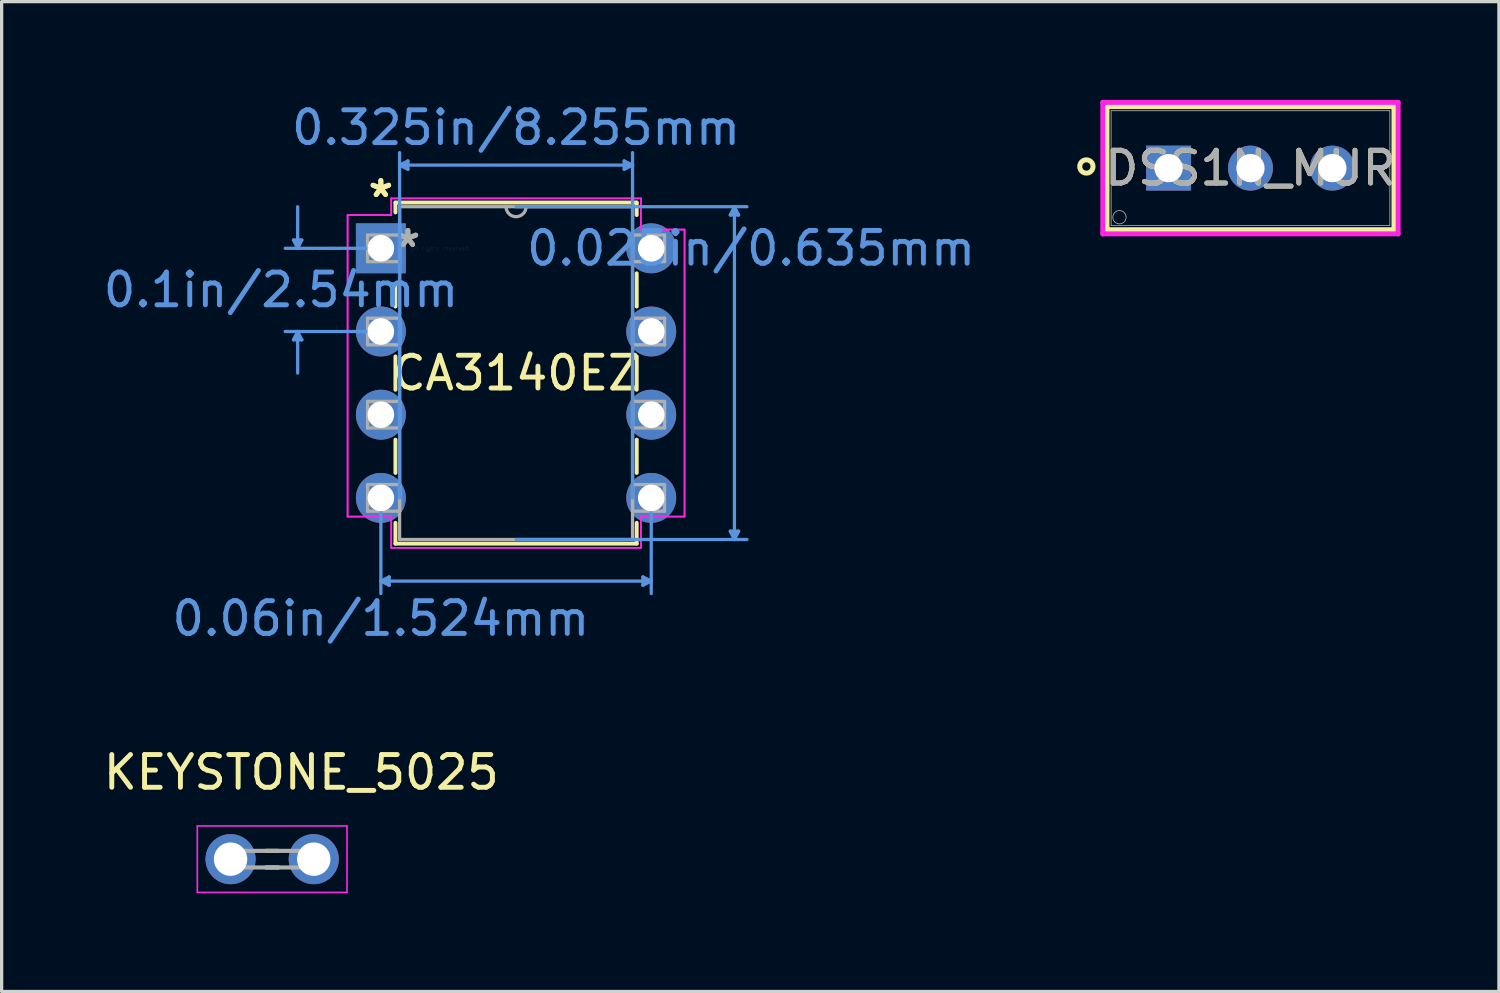
<source format=kicad_pcb>
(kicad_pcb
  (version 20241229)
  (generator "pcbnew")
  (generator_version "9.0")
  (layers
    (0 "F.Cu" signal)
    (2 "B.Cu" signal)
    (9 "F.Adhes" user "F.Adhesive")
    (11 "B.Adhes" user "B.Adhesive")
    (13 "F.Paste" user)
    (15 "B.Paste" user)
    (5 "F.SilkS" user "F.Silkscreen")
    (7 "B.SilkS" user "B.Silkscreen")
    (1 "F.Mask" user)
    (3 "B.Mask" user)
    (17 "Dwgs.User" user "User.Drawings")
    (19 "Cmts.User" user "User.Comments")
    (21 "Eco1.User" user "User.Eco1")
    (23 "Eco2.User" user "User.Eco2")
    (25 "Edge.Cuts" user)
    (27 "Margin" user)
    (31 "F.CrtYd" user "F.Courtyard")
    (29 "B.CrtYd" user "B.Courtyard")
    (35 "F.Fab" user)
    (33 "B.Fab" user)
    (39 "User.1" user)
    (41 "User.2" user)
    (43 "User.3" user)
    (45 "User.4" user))
  (footprint "CA3140EZ"
    (layer "F.Cu")
    (at 8.578 4.531)
    (property "Reference" "CA3140EZ" (at 4.128 3.81 0) (layer "F.SilkS") (effects (font (size 1 1) (thickness 0.15))))
    (attr through_hole)
    (fp_line (start 0.445 -1.397) (end 0.445 -1.095) (stroke (width 0.12) (type solid)) (layer "F.SilkS"))
    (fp_line (start 0.445 1.095) (end 0.445 1.778) (stroke (width 0.12) (type solid)) (layer "F.SilkS"))
    (fp_line (start 0.445 3.302) (end 0.445 4.318) (stroke (width 0.12) (type solid)) (layer "F.SilkS"))
    (fp_line (start 0.445 5.842) (end 0.445 6.858) (stroke (width 0.12) (type solid)) (layer "F.SilkS"))
    (fp_line (start 0.445 8.382) (end 0.445 9.017) (stroke (width 0.12) (type solid)) (layer "F.SilkS"))
    (fp_line (start 0.445 9.017) (end 7.811 9.017) (stroke (width 0.12) (type solid)) (layer "F.SilkS"))
    (fp_line (start 7.811 -1.397) (end 0.445 -1.397) (stroke (width 0.12) (type solid)) (layer "F.SilkS"))
    (fp_line (start 7.811 -1.016) (end 7.811 -1.397) (stroke (width 0.12) (type solid)) (layer "F.SilkS"))
    (fp_line (start 7.811 1.778) (end 7.811 0.762) (stroke (width 0.12) (type solid)) (layer "F.SilkS"))
    (fp_line (start 7.811 4.318) (end 7.811 3.302) (stroke (width 0.12) (type solid)) (layer "F.SilkS"))
    (fp_line (start 7.811 6.858) (end 7.811 5.842) (stroke (width 0.12) (type solid)) (layer "F.SilkS"))
    (fp_line (start 7.811 9.017) (end 7.811 8.382) (stroke (width 0.12) (type solid)) (layer "F.SilkS"))
    (fp_line (start -2.667 -0.254) (end -2.413 -0.254) (stroke (width 0.1) (type solid)) (layer "Cmts.User"))
    (fp_line (start -2.667 2.794) (end -2.413 2.794) (stroke (width 0.1) (type solid)) (layer "Cmts.User"))
    (fp_line (start -2.54 0) (end -2.667 -0.254) (stroke (width 0.1) (type solid)) (layer "Cmts.User"))
    (fp_line (start -2.54 0) (end -2.54 -1.27) (stroke (width 0.1) (type solid)) (layer "Cmts.User"))
    (fp_line (start -2.54 0) (end -2.413 -0.254) (stroke (width 0.1) (type solid)) (layer "Cmts.User"))
    (fp_line (start -2.54 2.54) (end -2.667 2.794) (stroke (width 0.1) (type solid)) (layer "Cmts.User"))
    (fp_line (start -2.54 2.54) (end -2.54 3.81) (stroke (width 0.1) (type solid)) (layer "Cmts.User"))
    (fp_line (start -2.54 2.54) (end -2.413 2.794) (stroke (width 0.1) (type solid)) (layer "Cmts.User"))
    (fp_line (start 0 0) (end -2.921 0) (stroke (width 0.1) (type solid)) (layer "Cmts.User"))
    (fp_line (start 0 2.54) (end -2.921 2.54) (stroke (width 0.1) (type solid)) (layer "Cmts.User"))
    (fp_line (start 0 7.62) (end 0 10.541) (stroke (width 0.1) (type solid)) (layer "Cmts.User"))
    (fp_line (start 0 10.16) (end 0.254 10.033) (stroke (width 0.1) (type solid)) (layer "Cmts.User"))
    (fp_line (start 0 10.16) (end 0.254 10.287) (stroke (width 0.1) (type solid)) (layer "Cmts.User"))
    (fp_line (start 0 10.16) (end 8.255 10.16) (stroke (width 0.1) (type solid)) (layer "Cmts.User"))
    (fp_line (start 0.254 10.033) (end 0.254 10.287) (stroke (width 0.1) (type solid)) (layer "Cmts.User"))
    (fp_line (start 0.572 -2.54) (end 0.826 -2.667) (stroke (width 0.1) (type solid)) (layer "Cmts.User"))
    (fp_line (start 0.572 -2.54) (end 0.826 -2.413) (stroke (width 0.1) (type solid)) (layer "Cmts.User"))
    (fp_line (start 0.572 -2.54) (end 7.684 -2.54) (stroke (width 0.1) (type solid)) (layer "Cmts.User"))
    (fp_line (start 0.572 7.62) (end 0.572 -2.921) (stroke (width 0.1) (type solid)) (layer "Cmts.User"))
    (fp_line (start 0.826 -2.667) (end 0.826 -2.413) (stroke (width 0.1) (type solid)) (layer "Cmts.User"))
    (fp_line (start 4.128 -1.27) (end 11.176 -1.27) (stroke (width 0.1) (type solid)) (layer "Cmts.User"))
    (fp_line (start 4.128 8.89) (end 11.176 8.89) (stroke (width 0.1) (type solid)) (layer "Cmts.User"))
    (fp_line (start 7.429 -2.667) (end 7.429 -2.413) (stroke (width 0.1) (type solid)) (layer "Cmts.User"))
    (fp_line (start 7.684 -2.54) (end 7.429 -2.667) (stroke (width 0.1) (type solid)) (layer "Cmts.User"))
    (fp_line (start 7.684 -2.54) (end 7.429 -2.413) (stroke (width 0.1) (type solid)) (layer "Cmts.User"))
    (fp_line (start 7.684 7.62) (end 7.684 -2.921) (stroke (width 0.1) (type solid)) (layer "Cmts.User"))
    (fp_line (start 8.001 10.033) (end 8.001 10.287) (stroke (width 0.1) (type solid)) (layer "Cmts.User"))
    (fp_line (start 8.255 7.62) (end 8.255 10.541) (stroke (width 0.1) (type solid)) (layer "Cmts.User"))
    (fp_line (start 8.255 10.16) (end 8.001 10.033) (stroke (width 0.1) (type solid)) (layer "Cmts.User"))
    (fp_line (start 8.255 10.16) (end 8.001 10.287) (stroke (width 0.1) (type solid)) (layer "Cmts.User"))
    (fp_line (start 10.668 -1.016) (end 10.922 -1.016) (stroke (width 0.1) (type solid)) (layer "Cmts.User"))
    (fp_line (start 10.668 8.636) (end 10.922 8.636) (stroke (width 0.1) (type solid)) (layer "Cmts.User"))
    (fp_line (start 10.795 -1.27) (end 10.668 -1.016) (stroke (width 0.1) (type solid)) (layer "Cmts.User"))
    (fp_line (start 10.795 -1.27) (end 10.795 8.89) (stroke (width 0.1) (type solid)) (layer "Cmts.User"))
    (fp_line (start 10.795 -1.27) (end 10.922 -1.016) (stroke (width 0.1) (type solid)) (layer "Cmts.User"))
    (fp_line (start 10.795 8.89) (end 10.668 8.636) (stroke (width 0.1) (type solid)) (layer "Cmts.User"))
    (fp_line (start 10.795 8.89) (end 10.922 8.636) (stroke (width 0.1) (type solid)) (layer "Cmts.User"))
    (fp_line (start -1.016 -1.016) (end -1.016 8.191) (stroke (width 0.05) (type solid)) (layer "F.CrtYd"))
    (fp_line (start -1.016 -1.016) (end 0.318 -1.016) (stroke (width 0.05) (type solid)) (layer "F.CrtYd"))
    (fp_line (start -1.016 8.191) (end -1.016 -1.016) (stroke (width 0.05) (type solid)) (layer "F.CrtYd"))
    (fp_line (start -1.016 8.191) (end 0.318 8.191) (stroke (width 0.05) (type solid)) (layer "F.CrtYd"))
    (fp_line (start 0.318 -1.524) (end 0.318 -1.016) (stroke (width 0.05) (type solid)) (layer "F.CrtYd"))
    (fp_line (start 0.318 -1.524) (end 7.938 -1.524) (stroke (width 0.05) (type solid)) (layer "F.CrtYd"))
    (fp_line (start 0.318 -1.016) (end -1.016 -1.016) (stroke (width 0.05) (type solid)) (layer "F.CrtYd"))
    (fp_line (start 0.318 -1.016) (end 0.318 -1.524) (stroke (width 0.05) (type solid)) (layer "F.CrtYd"))
    (fp_line (start 0.318 8.191) (end -1.016 8.191) (stroke (width 0.05) (type solid)) (layer "F.CrtYd"))
    (fp_line (start 0.318 8.191) (end 0.318 9.144) (stroke (width 0.05) (type solid)) (layer "F.CrtYd"))
    (fp_line (start 0.318 9.144) (end 0.318 8.191) (stroke (width 0.05) (type solid)) (layer "F.CrtYd"))
    (fp_line (start 0.318 9.144) (end 7.938 9.144) (stroke (width 0.05) (type solid)) (layer "F.CrtYd"))
    (fp_line (start 7.938 -1.524) (end 0.318 -1.524) (stroke (width 0.05) (type solid)) (layer "F.CrtYd"))
    (fp_line (start 7.938 -1.524) (end 7.938 -0.572) (stroke (width 0.05) (type solid)) (layer "F.CrtYd"))
    (fp_line (start 7.938 -0.572) (end 7.938 -1.524) (stroke (width 0.05) (type solid)) (layer "F.CrtYd"))
    (fp_line (start 7.938 8.191) (end 7.938 9.144) (stroke (width 0.05) (type solid)) (layer "F.CrtYd"))
    (fp_line (start 7.938 8.191) (end 9.271 8.191) (stroke (width 0.05) (type solid)) (layer "F.CrtYd"))
    (fp_line (start 7.938 9.144) (end 0.318 9.144) (stroke (width 0.05) (type solid)) (layer "F.CrtYd"))
    (fp_line (start 7.938 9.144) (end 7.938 8.191) (stroke (width 0.05) (type solid)) (layer "F.CrtYd"))
    (fp_line (start 9.271 -0.572) (end 7.938 -0.572) (stroke (width 0.05) (type solid)) (layer "F.CrtYd"))
    (fp_line (start 9.271 -0.572) (end 7.938 -0.572) (stroke (width 0.05) (type solid)) (layer "F.CrtYd"))
    (fp_line (start 9.271 -0.572) (end 9.271 8.191) (stroke (width 0.05) (type solid)) (layer "F.CrtYd"))
    (fp_line (start 9.271 8.191) (end 7.938 8.191) (stroke (width 0.05) (type solid)) (layer "F.CrtYd"))
    (fp_line (start 9.271 8.191) (end 9.271 -0.572) (stroke (width 0.05) (type solid)) (layer "F.CrtYd"))
    (fp_line (start -0.406 -0.406) (end -0.406 0.406) (stroke (width 0.1) (type solid)) (layer "F.Fab"))
    (fp_line (start -0.406 0.406) (end 0.572 0.406) (stroke (width 0.1) (type solid)) (layer "F.Fab"))
    (fp_line (start -0.406 2.134) (end -0.406 2.946) (stroke (width 0.1) (type solid)) (layer "F.Fab"))
    (fp_line (start -0.406 2.946) (end 0.572 2.946) (stroke (width 0.1) (type solid)) (layer "F.Fab"))
    (fp_line (start -0.406 4.674) (end -0.406 5.486) (stroke (width 0.1) (type solid)) (layer "F.Fab"))
    (fp_line (start -0.406 5.486) (end 0.572 5.486) (stroke (width 0.1) (type solid)) (layer "F.Fab"))
    (fp_line (start -0.406 7.214) (end -0.406 8.026) (stroke (width 0.1) (type solid)) (layer "F.Fab"))
    (fp_line (start -0.406 8.026) (end 0.572 8.026) (stroke (width 0.1) (type solid)) (layer "F.Fab"))
    (fp_line (start 0.572 -1.27) (end 0.572 8.89) (stroke (width 0.1) (type solid)) (layer "F.Fab"))
    (fp_line (start 0.572 -0.406) (end -0.406 -0.406) (stroke (width 0.1) (type solid)) (layer "F.Fab"))
    (fp_line (start 0.572 0.406) (end 0.572 -0.406) (stroke (width 0.1) (type solid)) (layer "F.Fab"))
    (fp_line (start 0.572 2.134) (end -0.406 2.134) (stroke (width 0.1) (type solid)) (layer "F.Fab"))
    (fp_line (start 0.572 2.946) (end 0.572 2.134) (stroke (width 0.1) (type solid)) (layer "F.Fab"))
    (fp_line (start 0.572 4.674) (end -0.406 4.674) (stroke (width 0.1) (type solid)) (layer "F.Fab"))
    (fp_line (start 0.572 5.486) (end 0.572 4.674) (stroke (width 0.1) (type solid)) (layer "F.Fab"))
    (fp_line (start 0.572 7.214) (end -0.406 7.214) (stroke (width 0.1) (type solid)) (layer "F.Fab"))
    (fp_line (start 0.572 8.026) (end 0.572 7.214) (stroke (width 0.1) (type solid)) (layer "F.Fab"))
    (fp_line (start 0.572 8.89) (end 7.684 8.89) (stroke (width 0.1) (type solid)) (layer "F.Fab"))
    (fp_line (start 7.684 -1.27) (end 0.572 -1.27) (stroke (width 0.1) (type solid)) (layer "F.Fab"))
    (fp_line (start 7.684 -0.406) (end 7.684 0.406) (stroke (width 0.1) (type solid)) (layer "F.Fab"))
    (fp_line (start 7.684 0.406) (end 8.661 0.406) (stroke (width 0.1) (type solid)) (layer "F.Fab"))
    (fp_line (start 7.684 2.134) (end 7.684 2.946) (stroke (width 0.1) (type solid)) (layer "F.Fab"))
    (fp_line (start 7.684 2.946) (end 8.661 2.946) (stroke (width 0.1) (type solid)) (layer "F.Fab"))
    (fp_line (start 7.684 4.674) (end 7.684 5.486) (stroke (width 0.1) (type solid)) (layer "F.Fab"))
    (fp_line (start 7.684 5.486) (end 8.661 5.486) (stroke (width 0.1) (type solid)) (layer "F.Fab"))
    (fp_line (start 7.684 7.214) (end 7.684 8.026) (stroke (width 0.1) (type solid)) (layer "F.Fab"))
    (fp_line (start 7.684 8.026) (end 8.661 8.026) (stroke (width 0.1) (type solid)) (layer "F.Fab"))
    (fp_line (start 7.684 8.89) (end 7.684 -1.27) (stroke (width 0.1) (type solid)) (layer "F.Fab"))
    (fp_line (start 8.661 -0.406) (end 7.684 -0.406) (stroke (width 0.1) (type solid)) (layer "F.Fab"))
    (fp_line (start 8.661 0.406) (end 8.661 -0.406) (stroke (width 0.1) (type solid)) (layer "F.Fab"))
    (fp_line (start 8.661 2.134) (end 7.684 2.134) (stroke (width 0.1) (type solid)) (layer "F.Fab"))
    (fp_line (start 8.661 2.946) (end 8.661 2.134) (stroke (width 0.1) (type solid)) (layer "F.Fab"))
    (fp_line (start 8.661 4.674) (end 7.684 4.674) (stroke (width 0.1) (type solid)) (layer "F.Fab"))
    (fp_line (start 8.661 5.486) (end 8.661 4.674) (stroke (width 0.1) (type solid)) (layer "F.Fab"))
    (fp_line (start 8.661 7.214) (end 7.684 7.214) (stroke (width 0.1) (type solid)) (layer "F.Fab"))
    (fp_line (start 8.661 8.026) (end 8.661 7.214) (stroke (width 0.1) (type solid)) (layer "F.Fab"))
    (fp_arc (start 4.4323 -1.27) (mid 4.1275 -0.9652) (end 3.8227 -1.27) (stroke (width 0.1) (type solid)) (layer "F.Fab"))
    (fp_text user "*" (at 0 -1.524 0) (layer "F.SilkS") (effects (font (size 1 1) (thickness 0.15))))
    (fp_text user "*" (at 0 -1.524 0) (layer "F.SilkS") (effects (font (size 1 1) (thickness 0.15))))
    (fp_text user "Copyright 2021 Accelerated Designs. All rights reserved." (at 0 0 0) (layer "Cmts.User") (effects (font (size 0.127 0.127) (thickness 0.002))))
    (fp_text user "0.06in/1.524mm" (at 0 11.303 0) (layer "Cmts.User") (effects (font (size 1 1) (thickness 0.15))))
    (fp_text user "0.325in/8.255mm" (at 4.128 -3.683 0) (layer "Cmts.User") (effects (font (size 1 1) (thickness 0.15))))
    (fp_text user "0.025in/0.635mm" (at 11.303 0 0) (layer "Cmts.User") (effects (font (size 1 1) (thickness 0.15))))
    (fp_text user "0.1in/2.54mm" (at -3.048 1.27 0) (layer "Cmts.User") (effects (font (size 1 1) (thickness 0.15))))
    (fp_text user "*" (at 0.826 0 0) (layer "F.Fab") (effects (font (size 1 1) (thickness 0.15))))
    (fp_text user "*" (at 0.826 0 0) (layer "F.Fab") (effects (font (size 1 1) (thickness 0.15))))
    (pad "1" thru_hole rect (at 0 0) (size 1.524 1.524) (drill 0.813) (layers "*.Cu" "*.Mask"))
    (pad "2" thru_hole circle (at 0 2.54) (size 1.524 1.524) (drill 0.813) (layers "*.Cu" "*.Mask"))
    (pad "3" thru_hole circle (at 0 5.08) (size 1.524 1.524) (drill 0.813) (layers "*.Cu" "*.Mask"))
    (pad "4" thru_hole circle (at 0 7.62) (size 1.524 1.524) (drill 0.813) (layers "*.Cu" "*.Mask"))
    (pad "5" thru_hole circle (at 8.255 7.62) (size 1.524 1.524) (drill 0.813) (layers "*.Cu" "*.Mask"))
    (pad "6" thru_hole circle (at 8.255 5.08) (size 1.524 1.524) (drill 0.813) (layers "*.Cu" "*.Mask"))
    (pad "7" thru_hole circle (at 8.255 2.54) (size 1.524 1.524) (drill 0.813) (layers "*.Cu" "*.Mask"))
    (pad "8" thru_hole circle (at 8.255 0) (size 1.524 1.524) (drill 0.813) (layers "*.Cu" "*.Mask")))
  (footprint "DSS1N_MUR"
    (layer "F.Cu")
    (at 32.628 2.083)
    (property "Reference" "DSS1N_MUR" (at 2.5 0 0) (unlocked yes) (layer "F.SilkS") (effects (font (size 1 1) (thickness 0.15))))
    (attr through_hole)
    (fp_line (start -1.881 -1.88) (end -1.881 1.88) (stroke (width 0.152) (type solid)) (layer "F.SilkS"))
    (fp_line (start -1.881 1.88) (end 6.881 1.88) (stroke (width 0.152) (type solid)) (layer "F.SilkS"))
    (fp_line (start 6.881 -1.88) (end -1.881 -1.88) (stroke (width 0.152) (type solid)) (layer "F.SilkS"))
    (fp_line (start 6.881 1.88) (end 6.881 -1.88) (stroke (width 0.152) (type solid)) (layer "F.SilkS"))
    (fp_circle (center -2.51 -0.05) (end -2.307 -0.05) (stroke (width 0.152) (type solid)) (fill no) (layer "F.SilkS"))
    (fp_line (start -2.009 -2.007) (end -2.009 2.007) (stroke (width 0.152) (type solid)) (layer "F.CrtYd"))
    (fp_line (start -2.009 2.007) (end 7.008 2.007) (stroke (width 0.152) (type solid)) (layer "F.CrtYd"))
    (fp_line (start 7.008 -2.007) (end -2.009 -2.007) (stroke (width 0.152) (type solid)) (layer "F.CrtYd"))
    (fp_line (start 7.008 2.007) (end 7.008 -2.007) (stroke (width 0.152) (type solid)) (layer "F.CrtYd"))
    (fp_line (start -1.754 -1.753) (end -1.754 1.753) (stroke (width 0.025) (type solid)) (layer "F.Fab"))
    (fp_line (start -1.754 1.753) (end 6.755 1.753) (stroke (width 0.025) (type solid)) (layer "F.Fab"))
    (fp_line (start 6.755 -1.753) (end -1.754 -1.753) (stroke (width 0.025) (type solid)) (layer "F.Fab"))
    (fp_line (start 6.755 1.753) (end 6.755 -1.753) (stroke (width 0.025) (type solid)) (layer "F.Fab"))
    (fp_circle (center -1.5 1.499) (end -1.297 1.499) (stroke (width 0.025) (type solid)) (fill no) (layer "F.Fab"))
    (fp_text user "${REFERENCE}" (at 2.5 0 0) (unlocked yes) (layer "F.Fab") (effects (font (size 1 1) (thickness 0.15))))
    (pad "1" thru_hole rect (at 0 0) (size 1.372 1.372) (drill 0.864) (layers "*.Cu" "*.Mask"))
    (pad "2" thru_hole circle (at 2.5 0) (size 1.372 1.372) (drill 0.864) (layers "*.Cu" "*.Mask"))
    (pad "3" thru_hole circle (at 5 0) (size 1.372 1.372) (drill 0.864) (layers "*.Cu" "*.Mask")))
  (footprint "KEYSTONE_5025"
    (layer "F.Cu")
    (at 5.259 23.181)
    (property "Reference" "KEYSTONE_5025" (at 0.89 -2.65 0) (layer "F.SilkS") (effects (font (size 1 1) (thickness 0.15))))
    (attr through_hole)
    (fp_line (start -0.185 -0.254) (end 0.185 -0.254) (stroke (width 0.127) (type solid)) (layer "F.SilkS"))
    (fp_line (start -0.185 0.254) (end 0.185 0.254) (stroke (width 0.127) (type solid)) (layer "F.SilkS"))
    (fp_line (start -2.285 -1.015) (end -2.285 1.015) (stroke (width 0.05) (type solid)) (layer "F.CrtYd"))
    (fp_line (start -2.285 1.015) (end 2.285 1.015) (stroke (width 0.05) (type solid)) (layer "F.CrtYd"))
    (fp_line (start 2.285 -1.015) (end -2.285 -1.015) (stroke (width 0.05) (type solid)) (layer "F.CrtYd"))
    (fp_line (start 2.285 1.015) (end 2.285 -1.015) (stroke (width 0.05) (type solid)) (layer "F.CrtYd"))
    (fp_line (start -1.524 -0.254) (end 1.524 -0.254) (stroke (width 0.127) (type solid)) (layer "F.Fab"))
    (fp_line (start -1.524 0.254) (end -1.524 -0.254) (stroke (width 0.127) (type solid)) (layer "F.Fab"))
    (fp_line (start 1.524 -0.254) (end 1.524 0.254) (stroke (width 0.127) (type solid)) (layer "F.Fab"))
    (fp_line (start 1.524 0.254) (end -1.524 0.254) (stroke (width 0.127) (type solid)) (layer "F.Fab"))
    (pad "1" thru_hole circle (at -1.27 0) (size 1.53 1.53) (drill 1.02) (layers "*.Cu" "*.Mask"))
    (pad "2" thru_hole circle (at 1.27 0) (size 1.53 1.53) (drill 1.02) (layers "*.Cu" "*.Mask")))
  (gr_rect
    (start -3 -3)
    (end 42.713 27.221)
    (stroke (width 0.1) (type default))
    (fill no)
    (layer "Edge.Cuts")))
</source>
